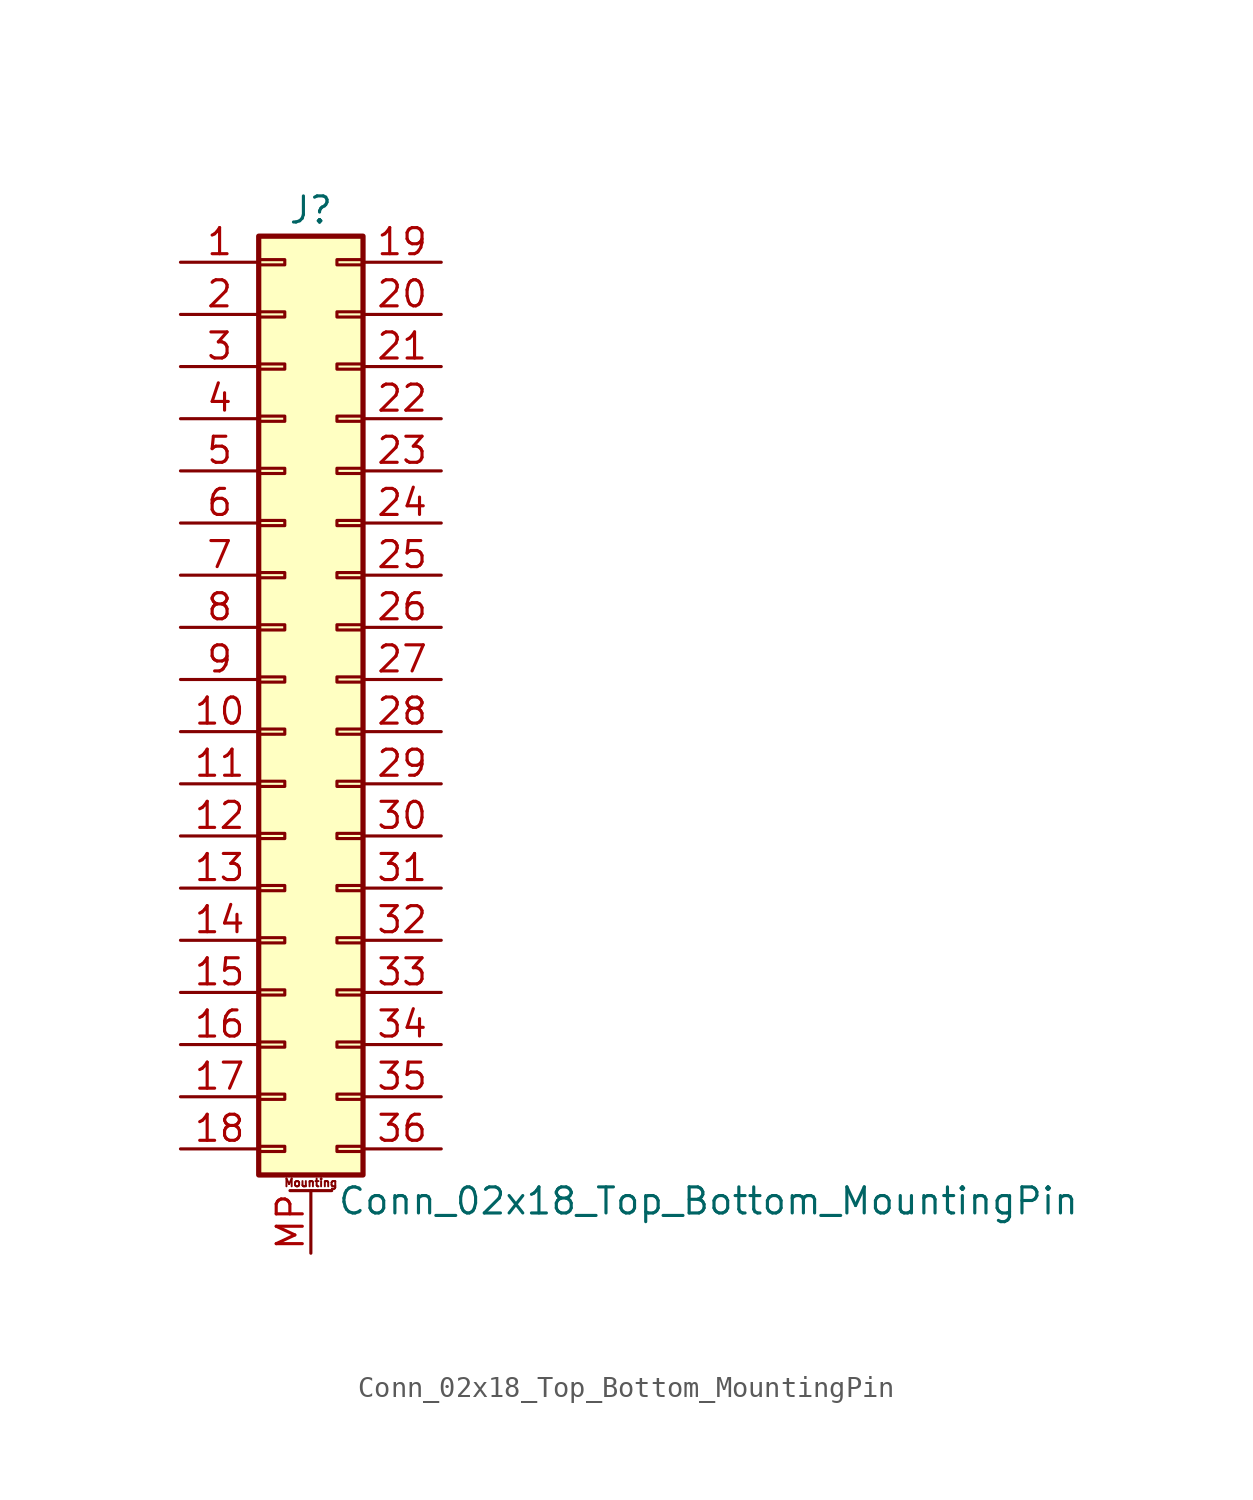
<source format=kicad_sym>
(kicad_symbol_lib
  (version 20220914)
  (generator kicad_symbol_editor)
  (symbol "Conn_02x18_Top_Bottom_MountingPin"
    (pin_names
      (offset 1.016) hide)
    (property "Reference" "J"
      (at 1.27 22.86 0)
      (effects (font (size 1.27 1.27))))
    (property "Value" "Conn_02x18_Top_Bottom_MountingPin"
      (at 2.54 -25.4 0)
      (effects (font (size 1.27 1.27)) (justify left)))
    (symbol "Conn_02x18_Top_Bottom_MountingPin_1_1"
      (rectangle (start -1.27 -22.733) (end 0 -22.987) (stroke (width 0.152) (type default)) (fill (type none)))
      (rectangle (start -1.27 -20.193) (end 0 -20.447) (stroke (width 0.152) (type default)) (fill (type none)))
      (rectangle (start -1.27 -17.653) (end 0 -17.907) (stroke (width 0.152) (type default)) (fill (type none)))
      (rectangle (start -1.27 -15.113) (end 0 -15.367) (stroke (width 0.152) (type default)) (fill (type none)))
      (rectangle (start -1.27 -12.573) (end 0 -12.827) (stroke (width 0.152) (type default)) (fill (type none)))
      (rectangle (start -1.27 -10.033) (end 0 -10.287) (stroke (width 0.152) (type default)) (fill (type none)))
      (rectangle (start -1.27 -7.493) (end 0 -7.747) (stroke (width 0.152) (type default)) (fill (type none)))
      (rectangle (start -1.27 -4.953) (end 0 -5.207) (stroke (width 0.152) (type default)) (fill (type none)))
      (rectangle (start -1.27 -2.413) (end 0 -2.667) (stroke (width 0.152) (type default)) (fill (type none)))
      (rectangle (start -1.27 0.127) (end 0 -0.127) (stroke (width 0.152) (type default)) (fill (type none)))
      (rectangle (start -1.27 2.667) (end 0 2.413) (stroke (width 0.152) (type default)) (fill (type none)))
      (rectangle (start -1.27 5.207) (end 0 4.953) (stroke (width 0.152) (type default)) (fill (type none)))
      (rectangle (start -1.27 7.747) (end 0 7.493) (stroke (width 0.152) (type default)) (fill (type none)))
      (rectangle (start -1.27 10.287) (end 0 10.033) (stroke (width 0.152) (type default)) (fill (type none)))
      (rectangle (start -1.27 12.827) (end 0 12.573) (stroke (width 0.152) (type default)) (fill (type none)))
      (rectangle (start -1.27 15.367) (end 0 15.113) (stroke (width 0.152) (type default)) (fill (type none)))
      (rectangle (start -1.27 17.907) (end 0 17.653) (stroke (width 0.152) (type default)) (fill (type none)))
      (rectangle (start -1.27 20.447) (end 0 20.193) (stroke (width 0.152) (type default)) (fill (type none)))
      (rectangle (start -1.27 21.59) (end 3.81 -24.13) (stroke (width 0.254) (type default)) (fill (type background)))
      (polyline (pts (xy 0.254 -24.892) (xy 2.286 -24.892)) (stroke (width 0.152) (type default)) (fill (type none)))
      (rectangle (start 3.81 -22.733) (end 2.54 -22.987) (stroke (width 0.152) (type default)) (fill (type none)))
      (rectangle (start 3.81 -20.193) (end 2.54 -20.447) (stroke (width 0.152) (type default)) (fill (type none)))
      (rectangle (start 3.81 -17.653) (end 2.54 -17.907) (stroke (width 0.152) (type default)) (fill (type none)))
      (rectangle (start 3.81 -15.113) (end 2.54 -15.367) (stroke (width 0.152) (type default)) (fill (type none)))
      (rectangle (start 3.81 -12.573) (end 2.54 -12.827) (stroke (width 0.152) (type default)) (fill (type none)))
      (rectangle (start 3.81 -10.033) (end 2.54 -10.287) (stroke (width 0.152) (type default)) (fill (type none)))
      (rectangle (start 3.81 -7.493) (end 2.54 -7.747) (stroke (width 0.152) (type default)) (fill (type none)))
      (rectangle (start 3.81 -4.953) (end 2.54 -5.207) (stroke (width 0.152) (type default)) (fill (type none)))
      (rectangle (start 3.81 -2.413) (end 2.54 -2.667) (stroke (width 0.152) (type default)) (fill (type none)))
      (rectangle (start 3.81 0.127) (end 2.54 -0.127) (stroke (width 0.152) (type default)) (fill (type none)))
      (rectangle (start 3.81 2.667) (end 2.54 2.413) (stroke (width 0.152) (type default)) (fill (type none)))
      (rectangle (start 3.81 5.207) (end 2.54 4.953) (stroke (width 0.152) (type default)) (fill (type none)))
      (rectangle (start 3.81 7.747) (end 2.54 7.493) (stroke (width 0.152) (type default)) (fill (type none)))
      (rectangle (start 3.81 10.287) (end 2.54 10.033) (stroke (width 0.152) (type default)) (fill (type none)))
      (rectangle (start 3.81 12.827) (end 2.54 12.573) (stroke (width 0.152) (type default)) (fill (type none)))
      (rectangle (start 3.81 15.367) (end 2.54 15.113) (stroke (width 0.152) (type default)) (fill (type none)))
      (rectangle (start 3.81 17.907) (end 2.54 17.653) (stroke (width 0.152) (type default)) (fill (type none)))
      (rectangle (start 3.81 20.447) (end 2.54 20.193) (stroke (width 0.152) (type default)) (fill (type none)))
      (text "Mounting" (at 1.27 -24.511 0) (effects (font (size 0.381 0.381))))
      (pin passive line (at -5.08 20.32 0) (length 3.81) (name "Pin_1" (effects (font (size 1.27 1.27)))) (number "1" (effects (font (size 1.27 1.27)))))
      (pin passive line (at -5.08 -2.54 0) (length 3.81) (name "Pin_10" (effects (font (size 1.27 1.27)))) (number "10" (effects (font (size 1.27 1.27)))))
      (pin passive line (at -5.08 -5.08 0) (length 3.81) (name "Pin_11" (effects (font (size 1.27 1.27)))) (number "11" (effects (font (size 1.27 1.27)))))
      (pin passive line (at -5.08 -7.62 0) (length 3.81) (name "Pin_12" (effects (font (size 1.27 1.27)))) (number "12" (effects (font (size 1.27 1.27)))))
      (pin passive line (at -5.08 -10.16 0) (length 3.81) (name "Pin_13" (effects (font (size 1.27 1.27)))) (number "13" (effects (font (size 1.27 1.27)))))
      (pin passive line (at -5.08 -12.7 0) (length 3.81) (name "Pin_14" (effects (font (size 1.27 1.27)))) (number "14" (effects (font (size 1.27 1.27)))))
      (pin passive line (at -5.08 -15.24 0) (length 3.81) (name "Pin_15" (effects (font (size 1.27 1.27)))) (number "15" (effects (font (size 1.27 1.27)))))
      (pin passive line (at -5.08 -17.78 0) (length 3.81) (name "Pin_16" (effects (font (size 1.27 1.27)))) (number "16" (effects (font (size 1.27 1.27)))))
      (pin passive line (at -5.08 -20.32 0) (length 3.81) (name "Pin_17" (effects (font (size 1.27 1.27)))) (number "17" (effects (font (size 1.27 1.27)))))
      (pin passive line (at -5.08 -22.86 0) (length 3.81) (name "Pin_18" (effects (font (size 1.27 1.27)))) (number "18" (effects (font (size 1.27 1.27)))))
      (pin passive line (at 7.62 20.32 180) (length 3.81) (name "Pin_19" (effects (font (size 1.27 1.27)))) (number "19" (effects (font (size 1.27 1.27)))))
      (pin passive line (at -5.08 17.78 0) (length 3.81) (name "Pin_2" (effects (font (size 1.27 1.27)))) (number "2" (effects (font (size 1.27 1.27)))))
      (pin passive line (at 7.62 17.78 180) (length 3.81) (name "Pin_20" (effects (font (size 1.27 1.27)))) (number "20" (effects (font (size 1.27 1.27)))))
      (pin passive line (at 7.62 15.24 180) (length 3.81) (name "Pin_21" (effects (font (size 1.27 1.27)))) (number "21" (effects (font (size 1.27 1.27)))))
      (pin passive line (at 7.62 12.7 180) (length 3.81) (name "Pin_22" (effects (font (size 1.27 1.27)))) (number "22" (effects (font (size 1.27 1.27)))))
      (pin passive line (at 7.62 10.16 180) (length 3.81) (name "Pin_23" (effects (font (size 1.27 1.27)))) (number "23" (effects (font (size 1.27 1.27)))))
      (pin passive line (at 7.62 7.62 180) (length 3.81) (name "Pin_24" (effects (font (size 1.27 1.27)))) (number "24" (effects (font (size 1.27 1.27)))))
      (pin passive line (at 7.62 5.08 180) (length 3.81) (name "Pin_25" (effects (font (size 1.27 1.27)))) (number "25" (effects (font (size 1.27 1.27)))))
      (pin passive line (at 7.62 2.54 180) (length 3.81) (name "Pin_26" (effects (font (size 1.27 1.27)))) (number "26" (effects (font (size 1.27 1.27)))))
      (pin passive line (at 7.62 0 180) (length 3.81) (name "Pin_27" (effects (font (size 1.27 1.27)))) (number "27" (effects (font (size 1.27 1.27)))))
      (pin passive line (at 7.62 -2.54 180) (length 3.81) (name "Pin_28" (effects (font (size 1.27 1.27)))) (number "28" (effects (font (size 1.27 1.27)))))
      (pin passive line (at 7.62 -5.08 180) (length 3.81) (name "Pin_29" (effects (font (size 1.27 1.27)))) (number "29" (effects (font (size 1.27 1.27)))))
      (pin passive line (at -5.08 15.24 0) (length 3.81) (name "Pin_3" (effects (font (size 1.27 1.27)))) (number "3" (effects (font (size 1.27 1.27)))))
      (pin passive line (at 7.62 -7.62 180) (length 3.81) (name "Pin_30" (effects (font (size 1.27 1.27)))) (number "30" (effects (font (size 1.27 1.27)))))
      (pin passive line (at 7.62 -10.16 180) (length 3.81) (name "Pin_31" (effects (font (size 1.27 1.27)))) (number "31" (effects (font (size 1.27 1.27)))))
      (pin passive line (at 7.62 -12.7 180) (length 3.81) (name "Pin_32" (effects (font (size 1.27 1.27)))) (number "32" (effects (font (size 1.27 1.27)))))
      (pin passive line (at 7.62 -15.24 180) (length 3.81) (name "Pin_33" (effects (font (size 1.27 1.27)))) (number "33" (effects (font (size 1.27 1.27)))))
      (pin passive line (at 7.62 -17.78 180) (length 3.81) (name "Pin_34" (effects (font (size 1.27 1.27)))) (number "34" (effects (font (size 1.27 1.27)))))
      (pin passive line (at 7.62 -20.32 180) (length 3.81) (name "Pin_35" (effects (font (size 1.27 1.27)))) (number "35" (effects (font (size 1.27 1.27)))))
      (pin passive line (at 7.62 -22.86 180) (length 3.81) (name "Pin_36" (effects (font (size 1.27 1.27)))) (number "36" (effects (font (size 1.27 1.27)))))
      (pin passive line (at -5.08 12.7 0) (length 3.81) (name "Pin_4" (effects (font (size 1.27 1.27)))) (number "4" (effects (font (size 1.27 1.27)))))
      (pin passive line (at -5.08 10.16 0) (length 3.81) (name "Pin_5" (effects (font (size 1.27 1.27)))) (number "5" (effects (font (size 1.27 1.27)))))
      (pin passive line (at -5.08 7.62 0) (length 3.81) (name "Pin_6" (effects (font (size 1.27 1.27)))) (number "6" (effects (font (size 1.27 1.27)))))
      (pin passive line (at -5.08 5.08 0) (length 3.81) (name "Pin_7" (effects (font (size 1.27 1.27)))) (number "7" (effects (font (size 1.27 1.27)))))
      (pin passive line (at -5.08 2.54 0) (length 3.81) (name "Pin_8" (effects (font (size 1.27 1.27)))) (number "8" (effects (font (size 1.27 1.27)))))
      (pin passive line (at -5.08 0 0) (length 3.81) (name "Pin_9" (effects (font (size 1.27 1.27)))) (number "9" (effects (font (size 1.27 1.27)))))
      (pin passive line (at 1.27 -27.94 90) (length 3.048) (name "MountPin" (effects (font (size 1.27 1.27)))) (number "MP" (effects (font (size 1.27 1.27))))))))
</source>
